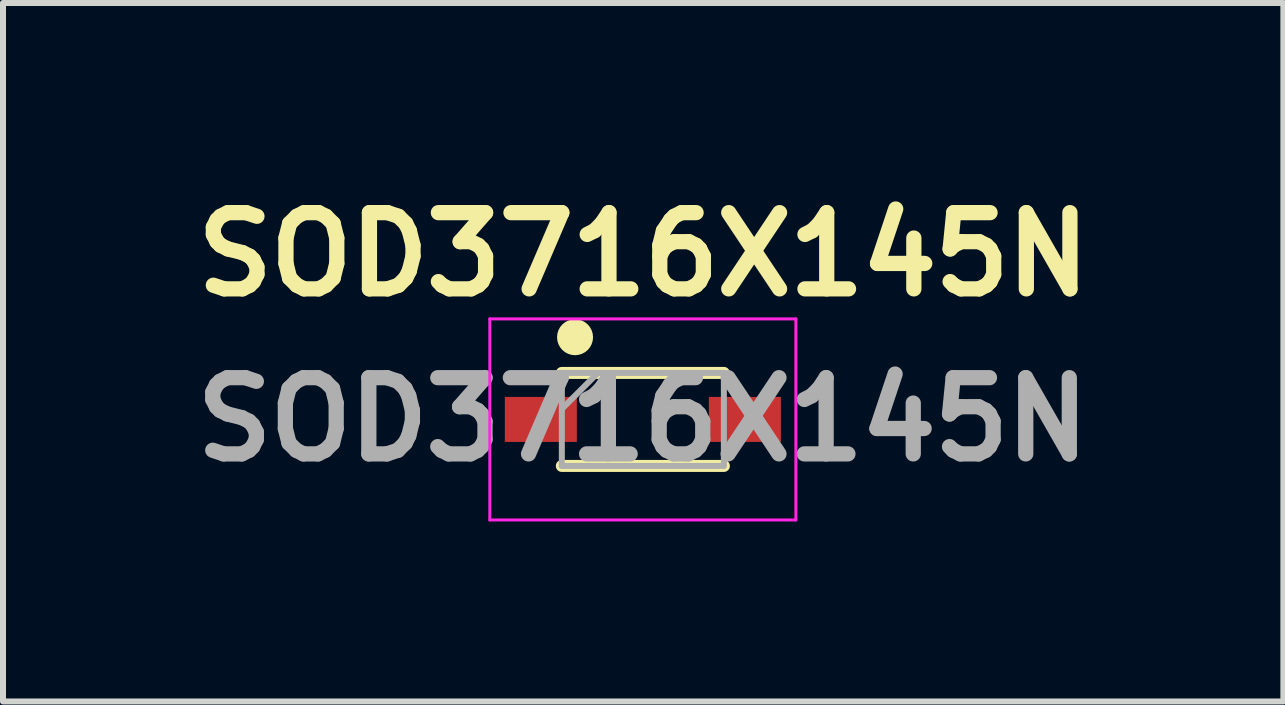
<source format=kicad_pcb>
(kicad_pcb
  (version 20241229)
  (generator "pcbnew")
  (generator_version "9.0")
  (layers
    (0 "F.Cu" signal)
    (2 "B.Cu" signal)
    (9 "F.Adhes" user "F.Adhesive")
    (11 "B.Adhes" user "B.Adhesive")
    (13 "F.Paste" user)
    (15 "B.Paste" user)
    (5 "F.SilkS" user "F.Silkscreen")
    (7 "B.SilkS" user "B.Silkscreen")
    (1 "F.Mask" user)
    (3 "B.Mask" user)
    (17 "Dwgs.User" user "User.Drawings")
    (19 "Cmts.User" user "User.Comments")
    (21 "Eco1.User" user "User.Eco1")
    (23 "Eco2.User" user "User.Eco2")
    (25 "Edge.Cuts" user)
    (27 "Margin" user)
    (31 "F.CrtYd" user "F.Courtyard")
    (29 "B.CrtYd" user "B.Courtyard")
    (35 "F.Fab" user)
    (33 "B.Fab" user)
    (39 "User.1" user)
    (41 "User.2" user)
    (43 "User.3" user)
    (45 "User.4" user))
  (footprint "SOD3716X145N"
    (layer "F.Cu")
    (at 7.662 3.939)
    (property "Reference" "SOD3716X145N" (at 0.01 -2.75 0) (layer "F.SilkS") (effects (font (size 1.27 1.27) (thickness 0.254))))
    (attr smd)
    (fp_line (start -1.35 -0.775) (end 1.35 -0.775) (stroke (width 0.2) (type solid)) (layer "F.SilkS"))
    (fp_line (start -1.35 0.775) (end 1.35 0.775) (stroke (width 0.2) (type solid)) (layer "F.SilkS"))
    (fp_circle (center -1.13 -1.37) (end -0.98 -1.37) (stroke (width 0.3) (type solid)) (fill no) (layer "F.SilkS"))
    (fp_line (start -2.55 -1.675) (end 2.55 -1.675) (stroke (width 0.05) (type solid)) (layer "F.CrtYd"))
    (fp_line (start -2.55 1.675) (end -2.55 -1.675) (stroke (width 0.05) (type solid)) (layer "F.CrtYd"))
    (fp_line (start 2.55 -1.675) (end 2.55 1.675) (stroke (width 0.05) (type solid)) (layer "F.CrtYd"))
    (fp_line (start 2.55 1.675) (end -2.55 1.675) (stroke (width 0.05) (type solid)) (layer "F.CrtYd"))
    (fp_line (start -1.35 -0.775) (end 1.35 -0.775) (stroke (width 0.1) (type solid)) (layer "F.Fab"))
    (fp_line (start -1.35 -0.175) (end -0.75 -0.775) (stroke (width 0.1) (type solid)) (layer "F.Fab"))
    (fp_line (start -1.35 0.775) (end -1.35 -0.775) (stroke (width 0.1) (type solid)) (layer "F.Fab"))
    (fp_line (start 1.35 -0.775) (end 1.35 0.775) (stroke (width 0.1) (type solid)) (layer "F.Fab"))
    (fp_line (start 1.35 0.775) (end -1.35 0.775) (stroke (width 0.1) (type solid)) (layer "F.Fab"))
    (fp_text user "${REFERENCE}" (at 0 0 0) (layer "F.Fab") (effects (font (size 1.27 1.27) (thickness 0.254))))
    (pad "1" smd rect (at -1.7 0 90) (size 0.75 1.2) (layers "F.Cu" "F.Mask" "F.Paste"))
    (pad "2" smd rect (at 1.7 0 90) (size 0.75 1.2) (layers "F.Cu" "F.Mask" "F.Paste")))
  (gr_rect
    (start -3 -3)
    (end 18.335 8.639)
    (stroke (width 0.1) (type default))
    (fill no)
    (layer "Edge.Cuts")))
</source>
